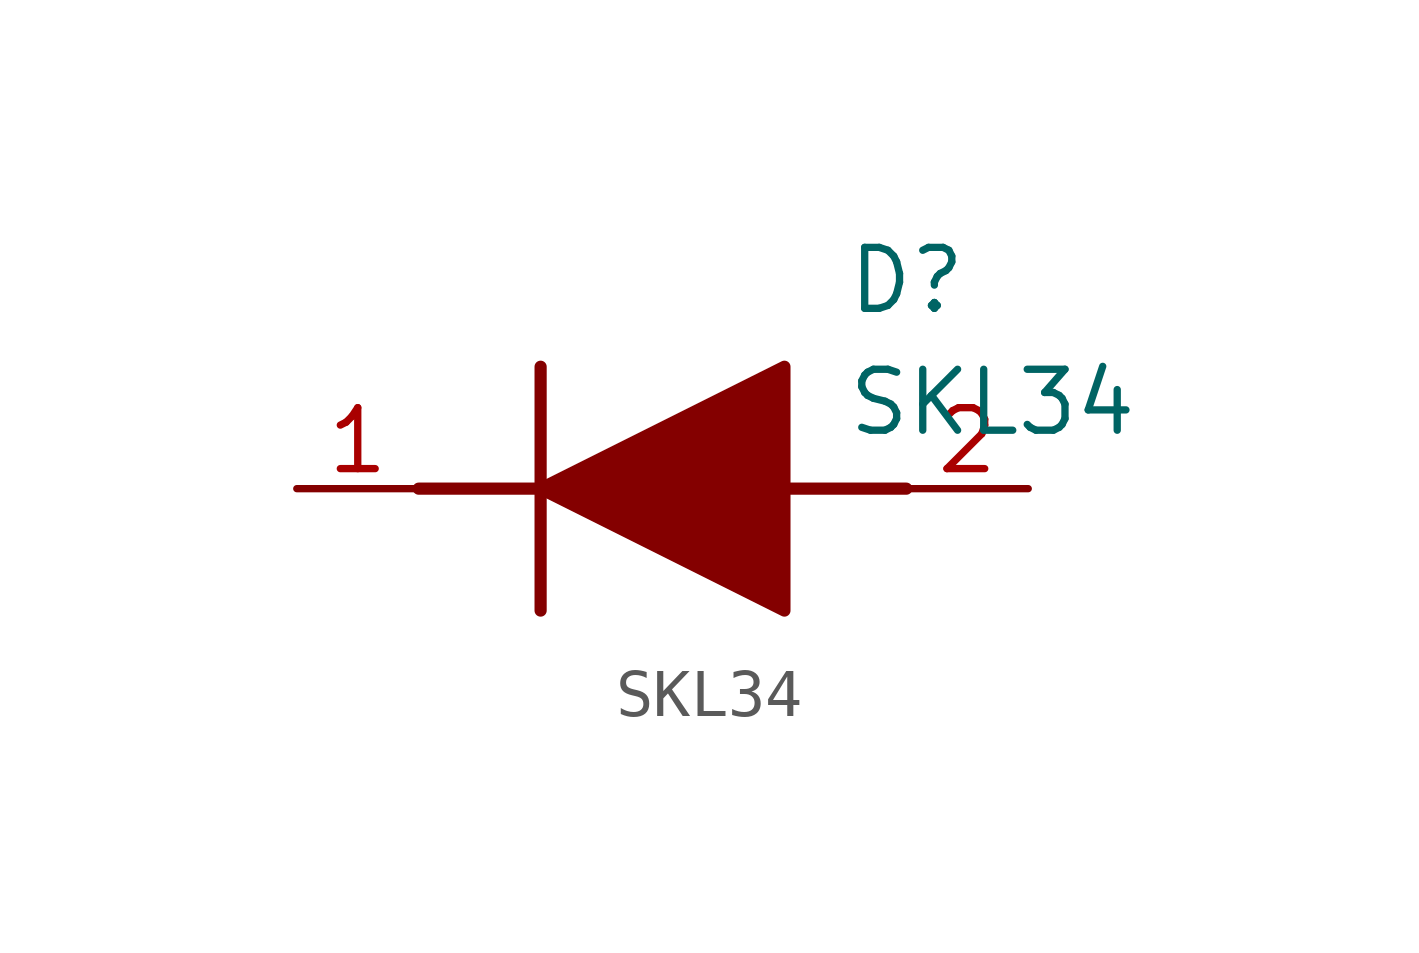
<source format=kicad_sym>
(kicad_symbol_lib
  (version 20211014)
  (generator SamacSys_ECAD_Model)
  (symbol "SKL34"
    (pin_names hide)
    (property "Reference" "D"
      (at 11.43 5.08 0)
      (effects (font (size 1.27 1.27)) (justify left top)))
    (property "Value" "SKL34"
      (at 11.43 2.54 0)
      (effects (font (size 1.27 1.27)) (justify left top)))
    (polyline
      (pts (xy 5.08 2.54) (xy 5.08 -2.54))
      (stroke (width 0.254) (type default))
      (fill (type none)))
    (polyline
      (pts (xy 2.54 0) (xy 5.08 0))
      (stroke (width 0.254) (type default))
      (fill (type none)))
    (polyline
      (pts (xy 10.16 0) (xy 12.7 0))
      (stroke (width 0.254) (type default))
      (fill (type none)))
    (polyline
      (pts (xy 5.08 0) (xy 10.16 2.54) (xy 10.16 -2.54) (xy 5.08 0))
      (stroke (width 0.254) (type default))
      (fill (type outline)))
    (pin passive line
      (at 0 0 0)
      (length 2.54)
      (name "K" (effects (font (size 1.27 1.27))))
      (number "1" (effects (font (size 1.27 1.27)))))
    (pin passive line
      (at 15.24 0 180)
      (length 2.54)
      (name "A" (effects (font (size 1.27 1.27))))
      (number "2" (effects (font (size 1.27 1.27)))))))
</source>
